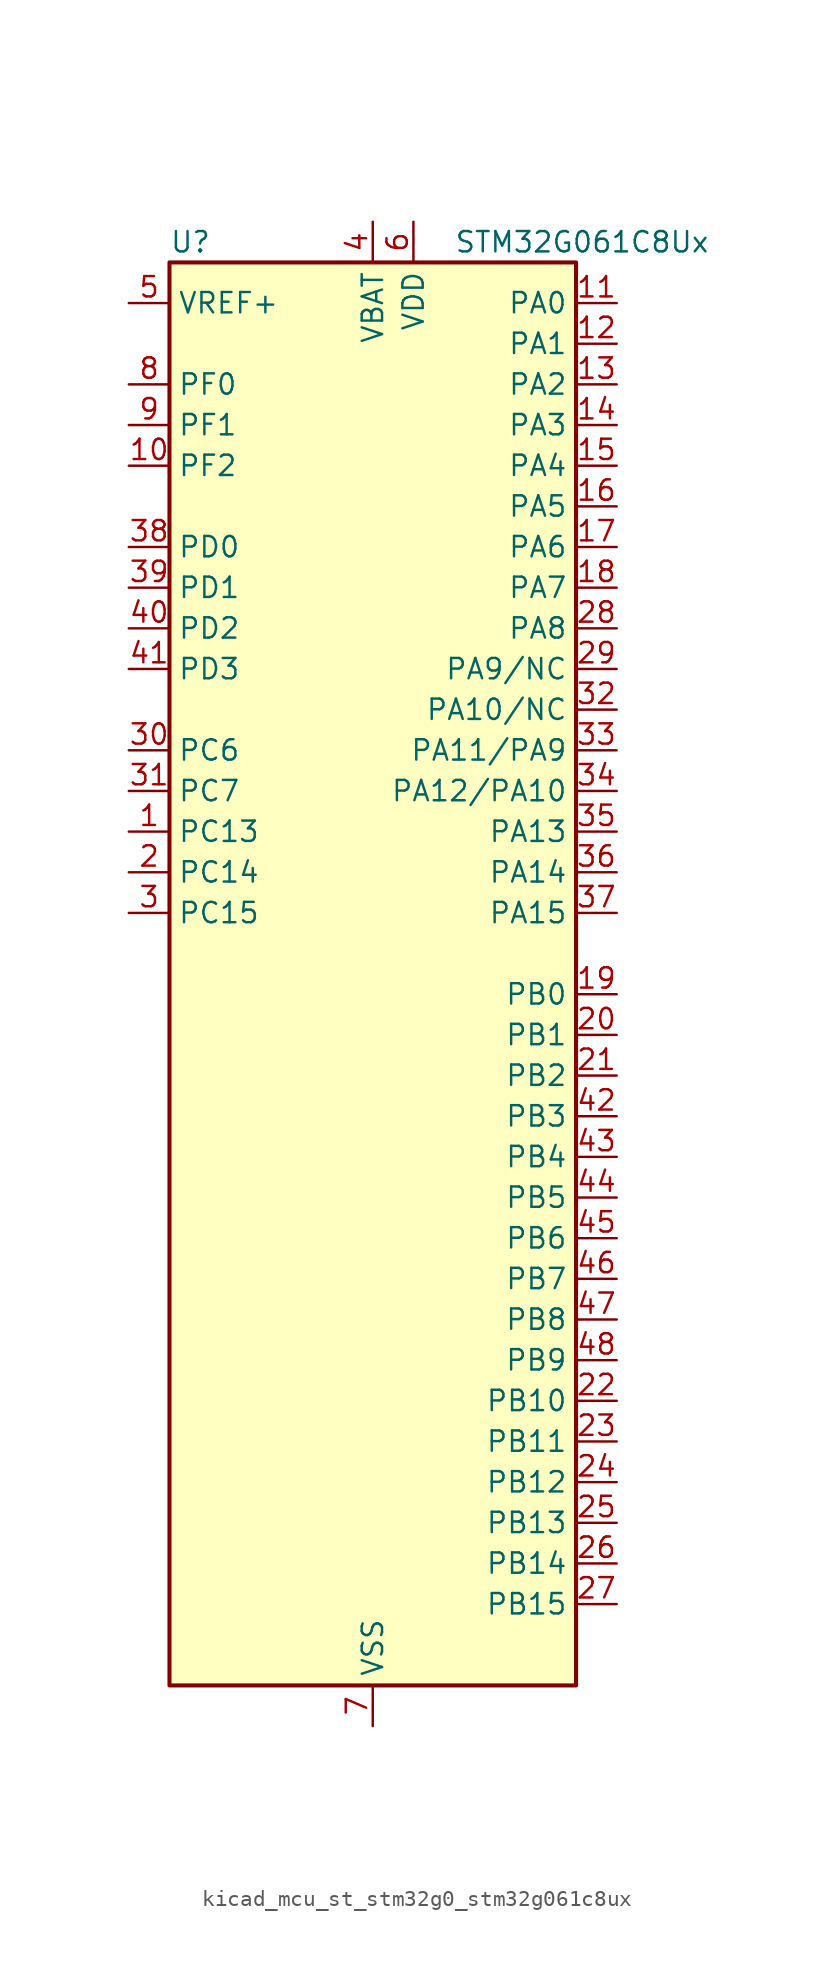
<source format=kicad_sym>
(kicad_symbol_lib
  (version 20220914)
  (generator kicad_symbol_editor)
  (symbol "kicad_mcu_st_stm32g0_stm32g061c8ux"
    (property "Reference" "U"
      (at -12.7 46.99 0)
      (effects (font (size 1.27 1.27)) (justify left)))
    (property "Value" "STM32G061C8Ux"
      (at 5.08 46.99 0)
      (effects (font (size 1.27 1.27)) (justify left)))
    (property "ki_locked" ""
      (at 0 0 0)
      (effects (font (size 1.27 1.27))))
    (symbol "kicad_mcu_st_stm32g0_stm32g061c8ux_0_1"
      (rectangle (start -12.7 -43.18) (end 12.7 45.72) (stroke (width 0.254) (type default)) (fill (type background))))
    (symbol "kicad_mcu_st_stm32g0_stm32g061c8ux_1_1"
      (pin bidirectional line (at -15.24 10.16 0) (length 2.54) (name "PC13" (effects (font (size 1.27 1.27)))) (number "1" (effects (font (size 1.27 1.27)))) (alternate "RTC_OUT1" bidirectional line) (alternate "RTC_TAMP_IN1" bidirectional line) (alternate "RTC_TS" bidirectional line) (alternate "SYS_WKUP2" bidirectional line) (alternate "TIM1_BK" bidirectional line))
      (pin bidirectional line (at -15.24 33.02 0) (length 2.54) (name "PF2" (effects (font (size 1.27 1.27)))) (number "10" (effects (font (size 1.27 1.27)))) (alternate "RCC_MCO" bidirectional line))
      (pin bidirectional line (at 15.24 43.18 180) (length 2.54) (name "PA0" (effects (font (size 1.27 1.27)))) (number "11" (effects (font (size 1.27 1.27)))) (alternate "ADC1_IN0" bidirectional line) (alternate "COMP1_INM" bidirectional line) (alternate "COMP1_OUT" bidirectional line) (alternate "LPTIM1_OUT" bidirectional line) (alternate "RTC_TAMP_IN2" bidirectional line) (alternate "SPI2_SCK" bidirectional line) (alternate "SYS_WKUP1" bidirectional line) (alternate "TIM2_CH1" bidirectional line) (alternate "TIM2_ETR" bidirectional line) (alternate "USART2_CTS" bidirectional line) (alternate "USART2_NSS" bidirectional line))
      (pin bidirectional line (at 15.24 40.64 180) (length 2.54) (name "PA1" (effects (font (size 1.27 1.27)))) (number "12" (effects (font (size 1.27 1.27)))) (alternate "ADC1_IN1" bidirectional line) (alternate "COMP1_INP" bidirectional line) (alternate "I2C1_SMBA" bidirectional line) (alternate "I2S1_CK" bidirectional line) (alternate "SPI1_SCK" bidirectional line) (alternate "TIM15_CH1N" bidirectional line) (alternate "TIM2_CH2" bidirectional line) (alternate "USART2_CK" bidirectional line) (alternate "USART2_DE" bidirectional line) (alternate "USART2_RTS" bidirectional line))
      (pin bidirectional line (at 15.24 38.1 180) (length 2.54) (name "PA2" (effects (font (size 1.27 1.27)))) (number "13" (effects (font (size 1.27 1.27)))) (alternate "ADC1_IN2" bidirectional line) (alternate "COMP2_INM" bidirectional line) (alternate "COMP2_OUT" bidirectional line) (alternate "I2S1_SD" bidirectional line) (alternate "LPUART1_TX" bidirectional line) (alternate "RCC_LSCO" bidirectional line) (alternate "SPI1_MOSI" bidirectional line) (alternate "SYS_WKUP4" bidirectional line) (alternate "TIM15_CH1" bidirectional line) (alternate "TIM2_CH3" bidirectional line) (alternate "USART2_TX" bidirectional line))
      (pin bidirectional line (at 15.24 35.56 180) (length 2.54) (name "PA3" (effects (font (size 1.27 1.27)))) (number "14" (effects (font (size 1.27 1.27)))) (alternate "ADC1_IN3" bidirectional line) (alternate "COMP2_INP" bidirectional line) (alternate "LPUART1_RX" bidirectional line) (alternate "SPI2_MISO" bidirectional line) (alternate "TIM15_CH2" bidirectional line) (alternate "TIM2_CH4" bidirectional line) (alternate "USART2_RX" bidirectional line))
      (pin bidirectional line (at 15.24 33.02 180) (length 2.54) (name "PA4" (effects (font (size 1.27 1.27)))) (number "15" (effects (font (size 1.27 1.27)))) (alternate "ADC1_IN4" bidirectional line) (alternate "DAC1_OUT1" bidirectional line) (alternate "I2S1_WS" bidirectional line) (alternate "LPTIM2_OUT" bidirectional line) (alternate "RTC_OUT2" bidirectional line) (alternate "SPI1_NSS" bidirectional line) (alternate "SPI2_MOSI" bidirectional line) (alternate "TIM14_CH1" bidirectional line))
      (pin bidirectional line (at 15.24 30.48 180) (length 2.54) (name "PA5" (effects (font (size 1.27 1.27)))) (number "16" (effects (font (size 1.27 1.27)))) (alternate "ADC1_IN5" bidirectional line) (alternate "DAC1_OUT2" bidirectional line) (alternate "I2S1_CK" bidirectional line) (alternate "LPTIM2_ETR" bidirectional line) (alternate "SPI1_SCK" bidirectional line) (alternate "TIM2_CH1" bidirectional line) (alternate "TIM2_ETR" bidirectional line))
      (pin bidirectional line (at 15.24 27.94 180) (length 2.54) (name "PA6" (effects (font (size 1.27 1.27)))) (number "17" (effects (font (size 1.27 1.27)))) (alternate "ADC1_IN6" bidirectional line) (alternate "COMP1_OUT" bidirectional line) (alternate "I2S1_MCK" bidirectional line) (alternate "LPUART1_CTS" bidirectional line) (alternate "SPI1_MISO" bidirectional line) (alternate "TIM16_CH1" bidirectional line) (alternate "TIM1_BK" bidirectional line) (alternate "TIM3_CH1" bidirectional line))
      (pin bidirectional line (at 15.24 25.4 180) (length 2.54) (name "PA7" (effects (font (size 1.27 1.27)))) (number "18" (effects (font (size 1.27 1.27)))) (alternate "ADC1_IN7" bidirectional line) (alternate "COMP2_OUT" bidirectional line) (alternate "I2S1_SD" bidirectional line) (alternate "SPI1_MOSI" bidirectional line) (alternate "TIM14_CH1" bidirectional line) (alternate "TIM17_CH1" bidirectional line) (alternate "TIM1_CH1N" bidirectional line) (alternate "TIM3_CH2" bidirectional line))
      (pin bidirectional line (at 15.24 0 180) (length 2.54) (name "PB0" (effects (font (size 1.27 1.27)))) (number "19" (effects (font (size 1.27 1.27)))) (alternate "ADC1_IN8" bidirectional line) (alternate "COMP1_OUT" bidirectional line) (alternate "I2S1_WS" bidirectional line) (alternate "LPTIM1_OUT" bidirectional line) (alternate "SPI1_NSS" bidirectional line) (alternate "TIM1_CH2N" bidirectional line) (alternate "TIM3_CH3" bidirectional line))
      (pin bidirectional line (at -15.24 7.62 0) (length 2.54) (name "PC14" (effects (font (size 1.27 1.27)))) (number "2" (effects (font (size 1.27 1.27)))) (alternate "RCC_OSC32_IN" bidirectional line) (alternate "TIM1_BK2" bidirectional line))
      (pin bidirectional line (at 15.24 -2.54 180) (length 2.54) (name "PB1" (effects (font (size 1.27 1.27)))) (number "20" (effects (font (size 1.27 1.27)))) (alternate "ADC1_IN9" bidirectional line) (alternate "COMP1_INM" bidirectional line) (alternate "LPTIM2_IN1" bidirectional line) (alternate "LPUART1_DE" bidirectional line) (alternate "LPUART1_RTS" bidirectional line) (alternate "TIM14_CH1" bidirectional line) (alternate "TIM1_CH3N" bidirectional line) (alternate "TIM3_CH4" bidirectional line))
      (pin bidirectional line (at 15.24 -5.08 180) (length 2.54) (name "PB2" (effects (font (size 1.27 1.27)))) (number "21" (effects (font (size 1.27 1.27)))) (alternate "ADC1_IN10" bidirectional line) (alternate "COMP1_INP" bidirectional line) (alternate "LPTIM1_OUT" bidirectional line) (alternate "SPI2_MISO" bidirectional line))
      (pin bidirectional line (at 15.24 -25.4 180) (length 2.54) (name "PB10" (effects (font (size 1.27 1.27)))) (number "22" (effects (font (size 1.27 1.27)))) (alternate "ADC1_IN11" bidirectional line) (alternate "COMP1_OUT" bidirectional line) (alternate "I2C2_SCL" bidirectional line) (alternate "LPUART1_RX" bidirectional line) (alternate "SPI2_SCK" bidirectional line) (alternate "TIM2_CH3" bidirectional line))
      (pin bidirectional line (at 15.24 -27.94 180) (length 2.54) (name "PB11" (effects (font (size 1.27 1.27)))) (number "23" (effects (font (size 1.27 1.27)))) (alternate "ADC1_EXTI11" bidirectional line) (alternate "ADC1_IN15" bidirectional line) (alternate "COMP2_OUT" bidirectional line) (alternate "I2C2_SDA" bidirectional line) (alternate "LPUART1_TX" bidirectional line) (alternate "SPI2_MOSI" bidirectional line) (alternate "TIM2_CH4" bidirectional line))
      (pin bidirectional line (at 15.24 -30.48 180) (length 2.54) (name "PB12" (effects (font (size 1.27 1.27)))) (number "24" (effects (font (size 1.27 1.27)))) (alternate "ADC1_IN16" bidirectional line) (alternate "LPUART1_DE" bidirectional line) (alternate "LPUART1_RTS" bidirectional line) (alternate "SPI2_NSS" bidirectional line) (alternate "TIM15_BK" bidirectional line) (alternate "TIM1_BK" bidirectional line))
      (pin bidirectional line (at 15.24 -33.02 180) (length 2.54) (name "PB13" (effects (font (size 1.27 1.27)))) (number "25" (effects (font (size 1.27 1.27)))) (alternate "I2C2_SCL" bidirectional line) (alternate "LPUART1_CTS" bidirectional line) (alternate "SPI2_SCK" bidirectional line) (alternate "TIM15_CH1N" bidirectional line) (alternate "TIM1_CH1N" bidirectional line))
      (pin bidirectional line (at 15.24 -35.56 180) (length 2.54) (name "PB14" (effects (font (size 1.27 1.27)))) (number "26" (effects (font (size 1.27 1.27)))) (alternate "I2C2_SDA" bidirectional line) (alternate "SPI2_MISO" bidirectional line) (alternate "TIM15_CH1" bidirectional line) (alternate "TIM1_CH2N" bidirectional line))
      (pin bidirectional line (at 15.24 -38.1 180) (length 2.54) (name "PB15" (effects (font (size 1.27 1.27)))) (number "27" (effects (font (size 1.27 1.27)))) (alternate "RTC_REFIN" bidirectional line) (alternate "SPI2_MOSI" bidirectional line) (alternate "TIM15_CH1N" bidirectional line) (alternate "TIM15_CH2" bidirectional line) (alternate "TIM1_CH3N" bidirectional line))
      (pin bidirectional line (at 15.24 22.86 180) (length 2.54) (name "PA8" (effects (font (size 1.27 1.27)))) (number "28" (effects (font (size 1.27 1.27)))) (alternate "LPTIM2_OUT" bidirectional line) (alternate "RCC_MCO" bidirectional line) (alternate "SPI2_NSS" bidirectional line) (alternate "TIM1_CH1" bidirectional line))
      (pin bidirectional line (at 15.24 20.32 180) (length 2.54) (name "PA9/NC" (effects (font (size 1.27 1.27)))) (number "29" (effects (font (size 1.27 1.27)))) (alternate "DAC1_EXTI9" bidirectional line) (alternate "I2C1_SCL" bidirectional line) (alternate "RCC_MCO" bidirectional line) (alternate "SPI2_MISO" bidirectional line) (alternate "TIM15_BK" bidirectional line) (alternate "TIM1_CH2" bidirectional line) (alternate "USART1_TX" bidirectional line))
      (pin bidirectional line (at -15.24 5.08 0) (length 2.54) (name "PC15" (effects (font (size 1.27 1.27)))) (number "3" (effects (font (size 1.27 1.27)))) (alternate "RCC_OSC32_EN" bidirectional line) (alternate "RCC_OSC32_OUT" bidirectional line) (alternate "RCC_OSC_EN" bidirectional line) (alternate "TIM15_BK" bidirectional line))
      (pin bidirectional line (at -15.24 15.24 0) (length 2.54) (name "PC6" (effects (font (size 1.27 1.27)))) (number "30" (effects (font (size 1.27 1.27)))) (alternate "TIM2_CH3" bidirectional line) (alternate "TIM3_CH1" bidirectional line))
      (pin bidirectional line (at -15.24 12.7 0) (length 2.54) (name "PC7" (effects (font (size 1.27 1.27)))) (number "31" (effects (font (size 1.27 1.27)))) (alternate "TIM2_CH4" bidirectional line) (alternate "TIM3_CH2" bidirectional line))
      (pin bidirectional line (at 15.24 17.78 180) (length 2.54) (name "PA10/NC" (effects (font (size 1.27 1.27)))) (number "32" (effects (font (size 1.27 1.27)))) (alternate "I2C1_SDA" bidirectional line) (alternate "SPI2_MOSI" bidirectional line) (alternate "TIM17_BK" bidirectional line) (alternate "TIM1_CH3" bidirectional line) (alternate "USART1_RX" bidirectional line))
      (pin bidirectional line (at 15.24 15.24 180) (length 2.54) (name "PA11/PA9" (effects (font (size 1.27 1.27)))) (number "33" (effects (font (size 1.27 1.27)))) (alternate "ADC1_EXTI11" bidirectional line) (alternate "COMP1_OUT" bidirectional line) (alternate "I2C2_SCL" bidirectional line) (alternate "I2S1_MCK" bidirectional line) (alternate "SPI1_MISO" bidirectional line) (alternate "TIM1_BK2" bidirectional line) (alternate "TIM1_CH4" bidirectional line) (alternate "USART1_CTS" bidirectional line) (alternate "USART1_NSS" bidirectional line))
      (pin bidirectional line (at 15.24 12.7 180) (length 2.54) (name "PA12/PA10" (effects (font (size 1.27 1.27)))) (number "34" (effects (font (size 1.27 1.27)))) (alternate "COMP2_OUT" bidirectional line) (alternate "I2C2_SDA" bidirectional line) (alternate "I2S1_SD" bidirectional line) (alternate "I2S_CKIN" bidirectional line) (alternate "SPI1_MOSI" bidirectional line) (alternate "TIM1_ETR" bidirectional line) (alternate "USART1_CK" bidirectional line) (alternate "USART1_DE" bidirectional line) (alternate "USART1_RTS" bidirectional line))
      (pin bidirectional line (at 15.24 10.16 180) (length 2.54) (name "PA13" (effects (font (size 1.27 1.27)))) (number "35" (effects (font (size 1.27 1.27)))) (alternate "ADC1_IN17" bidirectional line) (alternate "IR_OUT" bidirectional line) (alternate "SYS_SWDIO" bidirectional line))
      (pin bidirectional line (at 15.24 7.62 180) (length 2.54) (name "PA14" (effects (font (size 1.27 1.27)))) (number "36" (effects (font (size 1.27 1.27)))) (alternate "ADC1_IN18" bidirectional line) (alternate "SYS_SWCLK" bidirectional line) (alternate "USART2_TX" bidirectional line))
      (pin bidirectional line (at 15.24 5.08 180) (length 2.54) (name "PA15" (effects (font (size 1.27 1.27)))) (number "37" (effects (font (size 1.27 1.27)))) (alternate "I2S1_WS" bidirectional line) (alternate "SPI1_NSS" bidirectional line) (alternate "TIM2_CH1" bidirectional line) (alternate "TIM2_ETR" bidirectional line) (alternate "USART2_RX" bidirectional line))
      (pin bidirectional line (at -15.24 27.94 0) (length 2.54) (name "PD0" (effects (font (size 1.27 1.27)))) (number "38" (effects (font (size 1.27 1.27)))) (alternate "SPI2_NSS" bidirectional line) (alternate "TIM16_CH1" bidirectional line))
      (pin bidirectional line (at -15.24 25.4 0) (length 2.54) (name "PD1" (effects (font (size 1.27 1.27)))) (number "39" (effects (font (size 1.27 1.27)))) (alternate "SPI2_SCK" bidirectional line) (alternate "TIM17_CH1" bidirectional line))
      (pin power_in line (at 0 48.26 270) (length 2.54) (name "VBAT" (effects (font (size 1.27 1.27)))) (number "4" (effects (font (size 1.27 1.27)))))
      (pin bidirectional line (at -15.24 22.86 0) (length 2.54) (name "PD2" (effects (font (size 1.27 1.27)))) (number "40" (effects (font (size 1.27 1.27)))) (alternate "TIM1_CH1N" bidirectional line) (alternate "TIM3_ETR" bidirectional line))
      (pin bidirectional line (at -15.24 20.32 0) (length 2.54) (name "PD3" (effects (font (size 1.27 1.27)))) (number "41" (effects (font (size 1.27 1.27)))) (alternate "SPI2_MISO" bidirectional line) (alternate "TIM1_CH2N" bidirectional line) (alternate "USART2_CTS" bidirectional line) (alternate "USART2_NSS" bidirectional line))
      (pin bidirectional line (at 15.24 -7.62 180) (length 2.54) (name "PB3" (effects (font (size 1.27 1.27)))) (number "42" (effects (font (size 1.27 1.27)))) (alternate "COMP2_INM" bidirectional line) (alternate "I2S1_CK" bidirectional line) (alternate "SPI1_SCK" bidirectional line) (alternate "TIM1_CH2" bidirectional line) (alternate "TIM2_CH2" bidirectional line) (alternate "USART1_CK" bidirectional line) (alternate "USART1_DE" bidirectional line) (alternate "USART1_RTS" bidirectional line))
      (pin bidirectional line (at 15.24 -10.16 180) (length 2.54) (name "PB4" (effects (font (size 1.27 1.27)))) (number "43" (effects (font (size 1.27 1.27)))) (alternate "COMP2_INP" bidirectional line) (alternate "I2S1_MCK" bidirectional line) (alternate "SPI1_MISO" bidirectional line) (alternate "TIM17_BK" bidirectional line) (alternate "TIM3_CH1" bidirectional line) (alternate "USART1_CTS" bidirectional line) (alternate "USART1_NSS" bidirectional line))
      (pin bidirectional line (at 15.24 -12.7 180) (length 2.54) (name "PB5" (effects (font (size 1.27 1.27)))) (number "44" (effects (font (size 1.27 1.27)))) (alternate "COMP2_OUT" bidirectional line) (alternate "I2C1_SMBA" bidirectional line) (alternate "I2S1_SD" bidirectional line) (alternate "LPTIM1_IN1" bidirectional line) (alternate "SPI1_MOSI" bidirectional line) (alternate "SYS_WKUP6" bidirectional line) (alternate "TIM16_BK" bidirectional line) (alternate "TIM3_CH2" bidirectional line))
      (pin bidirectional line (at 15.24 -15.24 180) (length 2.54) (name "PB6" (effects (font (size 1.27 1.27)))) (number "45" (effects (font (size 1.27 1.27)))) (alternate "COMP2_INP" bidirectional line) (alternate "I2C1_SCL" bidirectional line) (alternate "LPTIM1_ETR" bidirectional line) (alternate "SPI2_MISO" bidirectional line) (alternate "TIM16_CH1N" bidirectional line) (alternate "TIM1_CH3" bidirectional line) (alternate "USART1_TX" bidirectional line))
      (pin bidirectional line (at 15.24 -17.78 180) (length 2.54) (name "PB7" (effects (font (size 1.27 1.27)))) (number "46" (effects (font (size 1.27 1.27)))) (alternate "COMP2_INM" bidirectional line) (alternate "I2C1_SDA" bidirectional line) (alternate "LPTIM1_IN2" bidirectional line) (alternate "SPI2_MOSI" bidirectional line) (alternate "SYS_PVD_IN" bidirectional line) (alternate "TIM17_CH1N" bidirectional line) (alternate "USART1_RX" bidirectional line))
      (pin bidirectional line (at 15.24 -20.32 180) (length 2.54) (name "PB8" (effects (font (size 1.27 1.27)))) (number "47" (effects (font (size 1.27 1.27)))) (alternate "I2C1_SCL" bidirectional line) (alternate "SPI2_SCK" bidirectional line) (alternate "TIM15_BK" bidirectional line) (alternate "TIM16_CH1" bidirectional line))
      (pin bidirectional line (at 15.24 -22.86 180) (length 2.54) (name "PB9" (effects (font (size 1.27 1.27)))) (number "48" (effects (font (size 1.27 1.27)))) (alternate "DAC1_EXTI9" bidirectional line) (alternate "I2C1_SDA" bidirectional line) (alternate "IR_OUT" bidirectional line) (alternate "SPI2_NSS" bidirectional line) (alternate "TIM17_CH1" bidirectional line))
      (pin passive line (at 0 -45.72 90) (length 2.54) hide (name "VSS" (effects (font (size 1.27 1.27)))) (number "49" (effects (font (size 1.27 1.27)))))
      (pin input line (at -15.24 43.18 0) (length 2.54) (name "VREF+" (effects (font (size 1.27 1.27)))) (number "5" (effects (font (size 1.27 1.27)))) (alternate "VREFBUF_OUT" bidirectional line))
      (pin power_in line (at 2.54 48.26 270) (length 2.54) (name "VDD" (effects (font (size 1.27 1.27)))) (number "6" (effects (font (size 1.27 1.27)))))
      (pin power_in line (at 0 -45.72 90) (length 2.54) (name "VSS" (effects (font (size 1.27 1.27)))) (number "7" (effects (font (size 1.27 1.27)))))
      (pin bidirectional line (at -15.24 38.1 0) (length 2.54) (name "PF0" (effects (font (size 1.27 1.27)))) (number "8" (effects (font (size 1.27 1.27)))) (alternate "RCC_OSC_IN" bidirectional line) (alternate "TIM14_CH1" bidirectional line))
      (pin bidirectional line (at -15.24 35.56 0) (length 2.54) (name "PF1" (effects (font (size 1.27 1.27)))) (number "9" (effects (font (size 1.27 1.27)))) (alternate "RCC_OSC_EN" bidirectional line) (alternate "RCC_OSC_OUT" bidirectional line) (alternate "TIM15_CH1N" bidirectional line)))))
</source>
